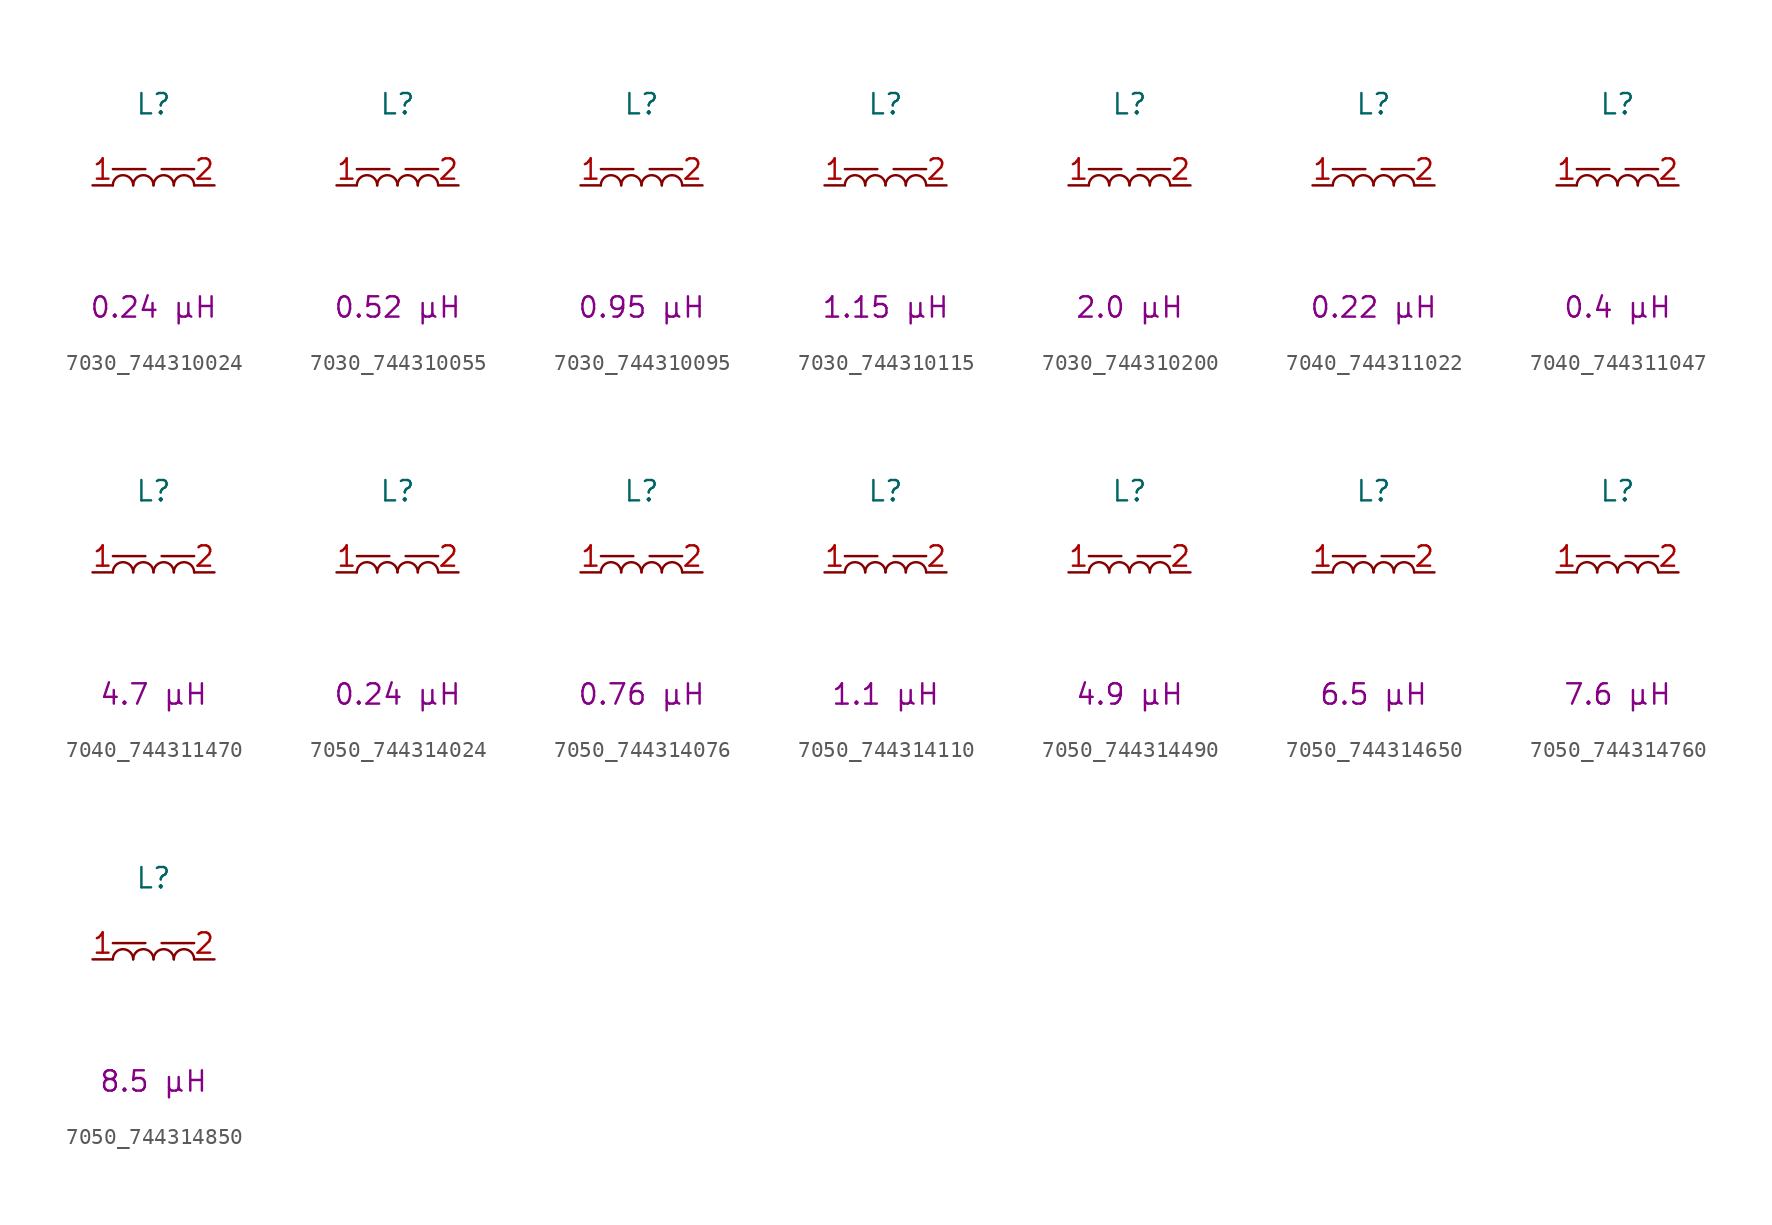
<source format=kicad_sym>
(kicad_symbol_lib
  (version 20220914)
  (generator kicad_symbol_editor)
  (symbol "7030_744310024"
    (pin_names hide)
    (property "Reference" "L"
      (at 0 5.08 0)
      (effects (font (size 1.27 1.27))))
    (property "Critical Parameter" "0.24 µH"
      (at 0 -7.62 0)
      (effects (font (size 1.27 1.27))))
    (symbol "7030_744310024_0_1"
      (arc (start -1.27 0) (mid -1.905 0.6323) (end -2.54 0) (stroke (width 0) (type default)) (fill (type none)))
      (arc (start 0 0) (mid -0.635 0.6323) (end -1.27 0) (stroke (width 0) (type default)) (fill (type none)))
      (polyline (pts (xy -2.54 1.016) (xy -0.508 1.016)) (stroke (width 0) (type default)) (fill (type none)))
      (arc (start 1.27 0) (mid 0.635 0.6323) (end 0 0) (stroke (width 0) (type default)) (fill (type none)))
      (arc (start 2.54 0) (mid 1.905 0.6323) (end 1.27 0) (stroke (width 0) (type default)) (fill (type none))))
    (symbol "7030_744310024_1_1"
      (polyline (pts (xy 2.54 1.016) (xy 0.508 1.016)) (stroke (width 0) (type default)) (fill (type none)))
      (pin passive line (at -3.81 0 0) (length 1.27) (name "1" (effects (font (size 1.27 1.27)))) (number "1" (effects (font (size 1.27 1.27)))))
      (pin passive line (at 3.81 0 180) (length 1.27) (name "2" (effects (font (size 1.27 1.27)))) (number "2" (effects (font (size 1.27 1.27)))))))
  (symbol "7030_744310055"
    (pin_names hide)
    (property "Reference" "L"
      (at 0 5.08 0)
      (effects (font (size 1.27 1.27))))
    (property "Critical Parameter" "0.52 µH"
      (at 0 -7.62 0)
      (effects (font (size 1.27 1.27))))
    (symbol "7030_744310055_0_1"
      (arc (start -1.27 0) (mid -1.905 0.6323) (end -2.54 0) (stroke (width 0) (type default)) (fill (type none)))
      (arc (start 0 0) (mid -0.635 0.6323) (end -1.27 0) (stroke (width 0) (type default)) (fill (type none)))
      (polyline (pts (xy -2.54 1.016) (xy -0.508 1.016)) (stroke (width 0) (type default)) (fill (type none)))
      (arc (start 1.27 0) (mid 0.635 0.6323) (end 0 0) (stroke (width 0) (type default)) (fill (type none)))
      (arc (start 2.54 0) (mid 1.905 0.6323) (end 1.27 0) (stroke (width 0) (type default)) (fill (type none))))
    (symbol "7030_744310055_1_1"
      (polyline (pts (xy 2.54 1.016) (xy 0.508 1.016)) (stroke (width 0) (type default)) (fill (type none)))
      (pin passive line (at -3.81 0 0) (length 1.27) (name "1" (effects (font (size 1.27 1.27)))) (number "1" (effects (font (size 1.27 1.27)))))
      (pin passive line (at 3.81 0 180) (length 1.27) (name "2" (effects (font (size 1.27 1.27)))) (number "2" (effects (font (size 1.27 1.27)))))))
  (symbol "7030_744310095"
    (pin_names hide)
    (property "Reference" "L"
      (at 0 5.08 0)
      (effects (font (size 1.27 1.27))))
    (property "Critical Parameter" "0.95 µH"
      (at 0 -7.62 0)
      (effects (font (size 1.27 1.27))))
    (symbol "7030_744310095_0_1"
      (arc (start -1.27 0) (mid -1.905 0.6323) (end -2.54 0) (stroke (width 0) (type default)) (fill (type none)))
      (arc (start 0 0) (mid -0.635 0.6323) (end -1.27 0) (stroke (width 0) (type default)) (fill (type none)))
      (polyline (pts (xy -2.54 1.016) (xy -0.508 1.016)) (stroke (width 0) (type default)) (fill (type none)))
      (arc (start 1.27 0) (mid 0.635 0.6323) (end 0 0) (stroke (width 0) (type default)) (fill (type none)))
      (arc (start 2.54 0) (mid 1.905 0.6323) (end 1.27 0) (stroke (width 0) (type default)) (fill (type none))))
    (symbol "7030_744310095_1_1"
      (polyline (pts (xy 2.54 1.016) (xy 0.508 1.016)) (stroke (width 0) (type default)) (fill (type none)))
      (pin passive line (at -3.81 0 0) (length 1.27) (name "1" (effects (font (size 1.27 1.27)))) (number "1" (effects (font (size 1.27 1.27)))))
      (pin passive line (at 3.81 0 180) (length 1.27) (name "2" (effects (font (size 1.27 1.27)))) (number "2" (effects (font (size 1.27 1.27)))))))
  (symbol "7030_744310115"
    (pin_names hide)
    (property "Reference" "L"
      (at 0 5.08 0)
      (effects (font (size 1.27 1.27))))
    (property "Critical Parameter" "1.15 µH"
      (at 0 -7.62 0)
      (effects (font (size 1.27 1.27))))
    (symbol "7030_744310115_0_1"
      (arc (start -1.27 0) (mid -1.905 0.6323) (end -2.54 0) (stroke (width 0) (type default)) (fill (type none)))
      (arc (start 0 0) (mid -0.635 0.6323) (end -1.27 0) (stroke (width 0) (type default)) (fill (type none)))
      (polyline (pts (xy -2.54 1.016) (xy -0.508 1.016)) (stroke (width 0) (type default)) (fill (type none)))
      (arc (start 1.27 0) (mid 0.635 0.6323) (end 0 0) (stroke (width 0) (type default)) (fill (type none)))
      (arc (start 2.54 0) (mid 1.905 0.6323) (end 1.27 0) (stroke (width 0) (type default)) (fill (type none))))
    (symbol "7030_744310115_1_1"
      (polyline (pts (xy 2.54 1.016) (xy 0.508 1.016)) (stroke (width 0) (type default)) (fill (type none)))
      (pin passive line (at -3.81 0 0) (length 1.27) (name "1" (effects (font (size 1.27 1.27)))) (number "1" (effects (font (size 1.27 1.27)))))
      (pin passive line (at 3.81 0 180) (length 1.27) (name "2" (effects (font (size 1.27 1.27)))) (number "2" (effects (font (size 1.27 1.27)))))))
  (symbol "7030_744310200"
    (pin_names hide)
    (property "Reference" "L"
      (at 0 5.08 0)
      (effects (font (size 1.27 1.27))))
    (property "Critical Parameter" "2.0 µH"
      (at 0 -7.62 0)
      (effects (font (size 1.27 1.27))))
    (symbol "7030_744310200_0_1"
      (arc (start -1.27 0) (mid -1.905 0.6323) (end -2.54 0) (stroke (width 0) (type default)) (fill (type none)))
      (arc (start 0 0) (mid -0.635 0.6323) (end -1.27 0) (stroke (width 0) (type default)) (fill (type none)))
      (polyline (pts (xy -2.54 1.016) (xy -0.508 1.016)) (stroke (width 0) (type default)) (fill (type none)))
      (arc (start 1.27 0) (mid 0.635 0.6323) (end 0 0) (stroke (width 0) (type default)) (fill (type none)))
      (arc (start 2.54 0) (mid 1.905 0.6323) (end 1.27 0) (stroke (width 0) (type default)) (fill (type none))))
    (symbol "7030_744310200_1_1"
      (polyline (pts (xy 2.54 1.016) (xy 0.508 1.016)) (stroke (width 0) (type default)) (fill (type none)))
      (pin passive line (at -3.81 0 0) (length 1.27) (name "1" (effects (font (size 1.27 1.27)))) (number "1" (effects (font (size 1.27 1.27)))))
      (pin passive line (at 3.81 0 180) (length 1.27) (name "2" (effects (font (size 1.27 1.27)))) (number "2" (effects (font (size 1.27 1.27)))))))
  (symbol "7040_744311022"
    (pin_names hide)
    (property "Reference" "L"
      (at 0 5.08 0)
      (effects (font (size 1.27 1.27))))
    (property "Critical Parameter" "0.22 µH"
      (at 0 -7.62 0)
      (effects (font (size 1.27 1.27))))
    (symbol "7040_744311022_0_1"
      (arc (start -1.27 0) (mid -1.905 0.6323) (end -2.54 0) (stroke (width 0) (type default)) (fill (type none)))
      (arc (start 0 0) (mid -0.635 0.6323) (end -1.27 0) (stroke (width 0) (type default)) (fill (type none)))
      (polyline (pts (xy -2.54 1.016) (xy -0.508 1.016)) (stroke (width 0) (type default)) (fill (type none)))
      (arc (start 1.27 0) (mid 0.635 0.6323) (end 0 0) (stroke (width 0) (type default)) (fill (type none)))
      (arc (start 2.54 0) (mid 1.905 0.6323) (end 1.27 0) (stroke (width 0) (type default)) (fill (type none))))
    (symbol "7040_744311022_1_1"
      (polyline (pts (xy 2.54 1.016) (xy 0.508 1.016)) (stroke (width 0) (type default)) (fill (type none)))
      (pin passive line (at -3.81 0 0) (length 1.27) (name "1" (effects (font (size 1.27 1.27)))) (number "1" (effects (font (size 1.27 1.27)))))
      (pin passive line (at 3.81 0 180) (length 1.27) (name "2" (effects (font (size 1.27 1.27)))) (number "2" (effects (font (size 1.27 1.27)))))))
  (symbol "7040_744311047"
    (pin_names hide)
    (property "Reference" "L"
      (at 0 5.08 0)
      (effects (font (size 1.27 1.27))))
    (property "Critical Parameter" "0.4 µH"
      (at 0 -7.62 0)
      (effects (font (size 1.27 1.27))))
    (symbol "7040_744311047_0_1"
      (arc (start -1.27 0) (mid -1.905 0.6323) (end -2.54 0) (stroke (width 0) (type default)) (fill (type none)))
      (arc (start 0 0) (mid -0.635 0.6323) (end -1.27 0) (stroke (width 0) (type default)) (fill (type none)))
      (polyline (pts (xy -2.54 1.016) (xy -0.508 1.016)) (stroke (width 0) (type default)) (fill (type none)))
      (arc (start 1.27 0) (mid 0.635 0.6323) (end 0 0) (stroke (width 0) (type default)) (fill (type none)))
      (arc (start 2.54 0) (mid 1.905 0.6323) (end 1.27 0) (stroke (width 0) (type default)) (fill (type none))))
    (symbol "7040_744311047_1_1"
      (polyline (pts (xy 2.54 1.016) (xy 0.508 1.016)) (stroke (width 0) (type default)) (fill (type none)))
      (pin passive line (at -3.81 0 0) (length 1.27) (name "1" (effects (font (size 1.27 1.27)))) (number "1" (effects (font (size 1.27 1.27)))))
      (pin passive line (at 3.81 0 180) (length 1.27) (name "2" (effects (font (size 1.27 1.27)))) (number "2" (effects (font (size 1.27 1.27)))))))
  (symbol "7040_744311470"
    (pin_names hide)
    (property "Reference" "L"
      (at 0 5.08 0)
      (effects (font (size 1.27 1.27))))
    (property "Critical Parameter" "4.7 µH"
      (at 0 -7.62 0)
      (effects (font (size 1.27 1.27))))
    (symbol "7040_744311470_0_1"
      (arc (start -1.27 0) (mid -1.905 0.6323) (end -2.54 0) (stroke (width 0) (type default)) (fill (type none)))
      (arc (start 0 0) (mid -0.635 0.6323) (end -1.27 0) (stroke (width 0) (type default)) (fill (type none)))
      (polyline (pts (xy -2.54 1.016) (xy -0.508 1.016)) (stroke (width 0) (type default)) (fill (type none)))
      (arc (start 1.27 0) (mid 0.635 0.6323) (end 0 0) (stroke (width 0) (type default)) (fill (type none)))
      (arc (start 2.54 0) (mid 1.905 0.6323) (end 1.27 0) (stroke (width 0) (type default)) (fill (type none))))
    (symbol "7040_744311470_1_1"
      (polyline (pts (xy 2.54 1.016) (xy 0.508 1.016)) (stroke (width 0) (type default)) (fill (type none)))
      (pin passive line (at -3.81 0 0) (length 1.27) (name "1" (effects (font (size 1.27 1.27)))) (number "1" (effects (font (size 1.27 1.27)))))
      (pin passive line (at 3.81 0 180) (length 1.27) (name "2" (effects (font (size 1.27 1.27)))) (number "2" (effects (font (size 1.27 1.27)))))))
  (symbol "7050_744314024"
    (pin_names hide)
    (property "Reference" "L"
      (at 0 5.08 0)
      (effects (font (size 1.27 1.27))))
    (property "Critical Parameter" "0.24 µH"
      (at 0 -7.62 0)
      (effects (font (size 1.27 1.27))))
    (symbol "7050_744314024_0_1"
      (arc (start -1.27 0) (mid -1.905 0.6323) (end -2.54 0) (stroke (width 0) (type default)) (fill (type none)))
      (arc (start 0 0) (mid -0.635 0.6323) (end -1.27 0) (stroke (width 0) (type default)) (fill (type none)))
      (polyline (pts (xy -2.54 1.016) (xy -0.508 1.016)) (stroke (width 0) (type default)) (fill (type none)))
      (arc (start 1.27 0) (mid 0.635 0.6323) (end 0 0) (stroke (width 0) (type default)) (fill (type none)))
      (arc (start 2.54 0) (mid 1.905 0.6323) (end 1.27 0) (stroke (width 0) (type default)) (fill (type none))))
    (symbol "7050_744314024_1_1"
      (polyline (pts (xy 2.54 1.016) (xy 0.508 1.016)) (stroke (width 0) (type default)) (fill (type none)))
      (pin passive line (at -3.81 0 0) (length 1.27) (name "1" (effects (font (size 1.27 1.27)))) (number "1" (effects (font (size 1.27 1.27)))))
      (pin passive line (at 3.81 0 180) (length 1.27) (name "2" (effects (font (size 1.27 1.27)))) (number "2" (effects (font (size 1.27 1.27)))))))
  (symbol "7050_744314076"
    (pin_names hide)
    (property "Reference" "L"
      (at 0 5.08 0)
      (effects (font (size 1.27 1.27))))
    (property "Critical Parameter" "0.76 µH"
      (at 0 -7.62 0)
      (effects (font (size 1.27 1.27))))
    (symbol "7050_744314076_0_1"
      (arc (start -1.27 0) (mid -1.905 0.6323) (end -2.54 0) (stroke (width 0) (type default)) (fill (type none)))
      (arc (start 0 0) (mid -0.635 0.6323) (end -1.27 0) (stroke (width 0) (type default)) (fill (type none)))
      (polyline (pts (xy -2.54 1.016) (xy -0.508 1.016)) (stroke (width 0) (type default)) (fill (type none)))
      (arc (start 1.27 0) (mid 0.635 0.6323) (end 0 0) (stroke (width 0) (type default)) (fill (type none)))
      (arc (start 2.54 0) (mid 1.905 0.6323) (end 1.27 0) (stroke (width 0) (type default)) (fill (type none))))
    (symbol "7050_744314076_1_1"
      (polyline (pts (xy 2.54 1.016) (xy 0.508 1.016)) (stroke (width 0) (type default)) (fill (type none)))
      (pin passive line (at -3.81 0 0) (length 1.27) (name "1" (effects (font (size 1.27 1.27)))) (number "1" (effects (font (size 1.27 1.27)))))
      (pin passive line (at 3.81 0 180) (length 1.27) (name "2" (effects (font (size 1.27 1.27)))) (number "2" (effects (font (size 1.27 1.27)))))))
  (symbol "7050_744314110"
    (pin_names hide)
    (property "Reference" "L"
      (at 0 5.08 0)
      (effects (font (size 1.27 1.27))))
    (property "Critical Parameter" "1.1 µH"
      (at 0 -7.62 0)
      (effects (font (size 1.27 1.27))))
    (symbol "7050_744314110_0_1"
      (arc (start -1.27 0) (mid -1.905 0.6323) (end -2.54 0) (stroke (width 0) (type default)) (fill (type none)))
      (arc (start 0 0) (mid -0.635 0.6323) (end -1.27 0) (stroke (width 0) (type default)) (fill (type none)))
      (polyline (pts (xy -2.54 1.016) (xy -0.508 1.016)) (stroke (width 0) (type default)) (fill (type none)))
      (arc (start 1.27 0) (mid 0.635 0.6323) (end 0 0) (stroke (width 0) (type default)) (fill (type none)))
      (arc (start 2.54 0) (mid 1.905 0.6323) (end 1.27 0) (stroke (width 0) (type default)) (fill (type none))))
    (symbol "7050_744314110_1_1"
      (polyline (pts (xy 2.54 1.016) (xy 0.508 1.016)) (stroke (width 0) (type default)) (fill (type none)))
      (pin passive line (at -3.81 0 0) (length 1.27) (name "1" (effects (font (size 1.27 1.27)))) (number "1" (effects (font (size 1.27 1.27)))))
      (pin passive line (at 3.81 0 180) (length 1.27) (name "2" (effects (font (size 1.27 1.27)))) (number "2" (effects (font (size 1.27 1.27)))))))
  (symbol "7050_744314490"
    (pin_names hide)
    (property "Reference" "L"
      (at 0 5.08 0)
      (effects (font (size 1.27 1.27))))
    (property "Critical Parameter" "4.9 µH"
      (at 0 -7.62 0)
      (effects (font (size 1.27 1.27))))
    (symbol "7050_744314490_0_1"
      (arc (start -1.27 0) (mid -1.905 0.6323) (end -2.54 0) (stroke (width 0) (type default)) (fill (type none)))
      (arc (start 0 0) (mid -0.635 0.6323) (end -1.27 0) (stroke (width 0) (type default)) (fill (type none)))
      (polyline (pts (xy -2.54 1.016) (xy -0.508 1.016)) (stroke (width 0) (type default)) (fill (type none)))
      (arc (start 1.27 0) (mid 0.635 0.6323) (end 0 0) (stroke (width 0) (type default)) (fill (type none)))
      (arc (start 2.54 0) (mid 1.905 0.6323) (end 1.27 0) (stroke (width 0) (type default)) (fill (type none))))
    (symbol "7050_744314490_1_1"
      (polyline (pts (xy 2.54 1.016) (xy 0.508 1.016)) (stroke (width 0) (type default)) (fill (type none)))
      (pin passive line (at -3.81 0 0) (length 1.27) (name "1" (effects (font (size 1.27 1.27)))) (number "1" (effects (font (size 1.27 1.27)))))
      (pin passive line (at 3.81 0 180) (length 1.27) (name "2" (effects (font (size 1.27 1.27)))) (number "2" (effects (font (size 1.27 1.27)))))))
  (symbol "7050_744314650"
    (pin_names hide)
    (property "Reference" "L"
      (at 0 5.08 0)
      (effects (font (size 1.27 1.27))))
    (property "Critical Parameter" "6.5 µH"
      (at 0 -7.62 0)
      (effects (font (size 1.27 1.27))))
    (symbol "7050_744314650_0_1"
      (arc (start -1.27 0) (mid -1.905 0.6323) (end -2.54 0) (stroke (width 0) (type default)) (fill (type none)))
      (arc (start 0 0) (mid -0.635 0.6323) (end -1.27 0) (stroke (width 0) (type default)) (fill (type none)))
      (polyline (pts (xy -2.54 1.016) (xy -0.508 1.016)) (stroke (width 0) (type default)) (fill (type none)))
      (arc (start 1.27 0) (mid 0.635 0.6323) (end 0 0) (stroke (width 0) (type default)) (fill (type none)))
      (arc (start 2.54 0) (mid 1.905 0.6323) (end 1.27 0) (stroke (width 0) (type default)) (fill (type none))))
    (symbol "7050_744314650_1_1"
      (polyline (pts (xy 2.54 1.016) (xy 0.508 1.016)) (stroke (width 0) (type default)) (fill (type none)))
      (pin passive line (at -3.81 0 0) (length 1.27) (name "1" (effects (font (size 1.27 1.27)))) (number "1" (effects (font (size 1.27 1.27)))))
      (pin passive line (at 3.81 0 180) (length 1.27) (name "2" (effects (font (size 1.27 1.27)))) (number "2" (effects (font (size 1.27 1.27)))))))
  (symbol "7050_744314760"
    (pin_names hide)
    (property "Reference" "L"
      (at 0 5.08 0)
      (effects (font (size 1.27 1.27))))
    (property "Critical Parameter" "7.6 µH"
      (at 0 -7.62 0)
      (effects (font (size 1.27 1.27))))
    (symbol "7050_744314760_0_1"
      (arc (start -1.27 0) (mid -1.905 0.6323) (end -2.54 0) (stroke (width 0) (type default)) (fill (type none)))
      (arc (start 0 0) (mid -0.635 0.6323) (end -1.27 0) (stroke (width 0) (type default)) (fill (type none)))
      (polyline (pts (xy -2.54 1.016) (xy -0.508 1.016)) (stroke (width 0) (type default)) (fill (type none)))
      (arc (start 1.27 0) (mid 0.635 0.6323) (end 0 0) (stroke (width 0) (type default)) (fill (type none)))
      (arc (start 2.54 0) (mid 1.905 0.6323) (end 1.27 0) (stroke (width 0) (type default)) (fill (type none))))
    (symbol "7050_744314760_1_1"
      (polyline (pts (xy 2.54 1.016) (xy 0.508 1.016)) (stroke (width 0) (type default)) (fill (type none)))
      (pin passive line (at -3.81 0 0) (length 1.27) (name "1" (effects (font (size 1.27 1.27)))) (number "1" (effects (font (size 1.27 1.27)))))
      (pin passive line (at 3.81 0 180) (length 1.27) (name "2" (effects (font (size 1.27 1.27)))) (number "2" (effects (font (size 1.27 1.27)))))))
  (symbol "7050_744314850"
    (pin_names hide)
    (property "Reference" "L"
      (at 0 5.08 0)
      (effects (font (size 1.27 1.27))))
    (property "Critical Parameter" "8.5 µH"
      (at 0 -7.62 0)
      (effects (font (size 1.27 1.27))))
    (symbol "7050_744314850_0_1"
      (arc (start -1.27 0) (mid -1.905 0.6323) (end -2.54 0) (stroke (width 0) (type default)) (fill (type none)))
      (arc (start 0 0) (mid -0.635 0.6323) (end -1.27 0) (stroke (width 0) (type default)) (fill (type none)))
      (polyline (pts (xy -2.54 1.016) (xy -0.508 1.016)) (stroke (width 0) (type default)) (fill (type none)))
      (arc (start 1.27 0) (mid 0.635 0.6323) (end 0 0) (stroke (width 0) (type default)) (fill (type none)))
      (arc (start 2.54 0) (mid 1.905 0.6323) (end 1.27 0) (stroke (width 0) (type default)) (fill (type none))))
    (symbol "7050_744314850_1_1"
      (polyline (pts (xy 2.54 1.016) (xy 0.508 1.016)) (stroke (width 0) (type default)) (fill (type none)))
      (pin passive line (at -3.81 0 0) (length 1.27) (name "1" (effects (font (size 1.27 1.27)))) (number "1" (effects (font (size 1.27 1.27)))))
      (pin passive line (at 3.81 0 180) (length 1.27) (name "2" (effects (font (size 1.27 1.27)))) (number "2" (effects (font (size 1.27 1.27))))))))
</source>
